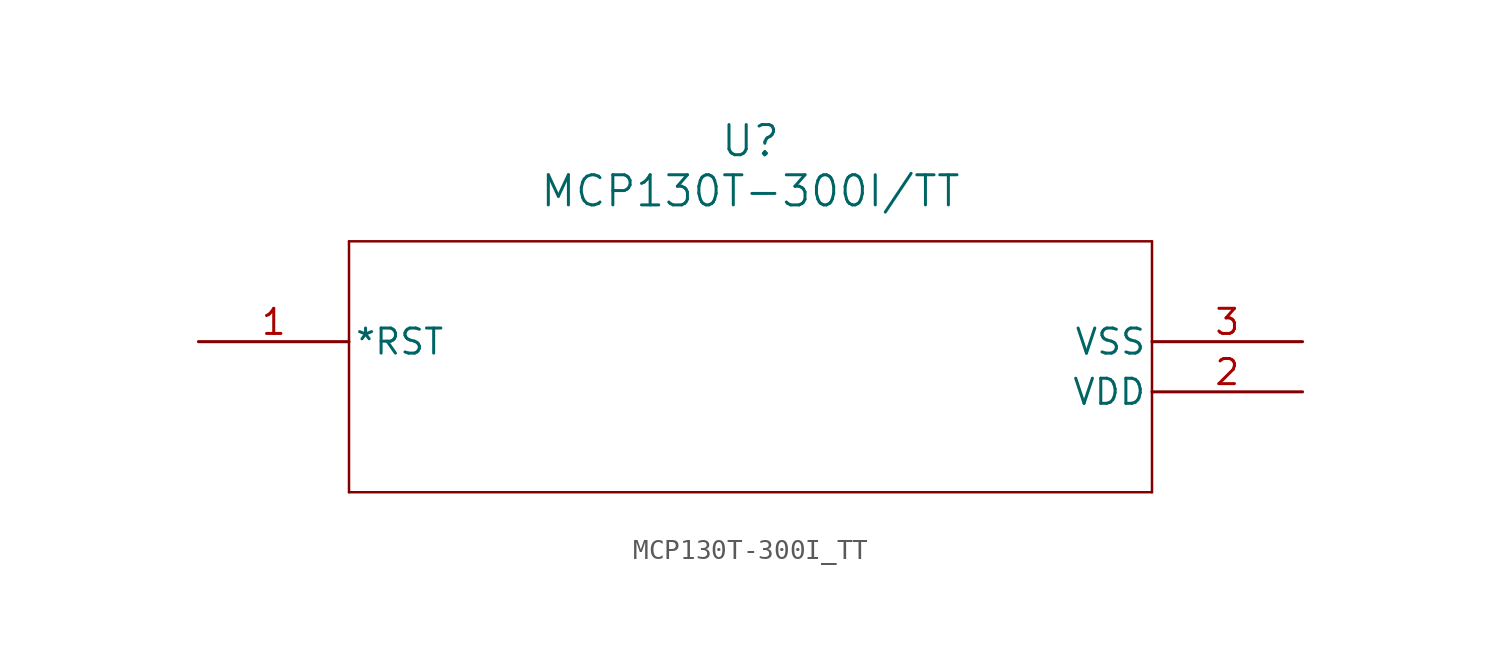
<source format=kicad_sym>
(kicad_symbol_lib
  (version 20211014)
  (generator kicad_symbol_editor)
  (symbol "MCP130T-300I_TT"
    (pin_names
      (offset 0.254))
    (property "Reference" "U"
      (at 27.94 10.16 0)
      (effects (font (size 1.524 1.524))))
    (property "Value" "MCP130T-300I/TT"
      (at 27.94 7.62 0)
      (effects (font (size 1.524 1.524))))
    (symbol "MCP130T-300I_TT_0_1"
      (polyline (pts (xy 7.62 5.08) (xy 7.62 -7.62)) (stroke (width 0.127) (type default) (color 0 0 0 0)) (fill (type none)))
      (polyline (pts (xy 7.62 -7.62) (xy 48.26 -7.62)) (stroke (width 0.127) (type default) (color 0 0 0 0)) (fill (type none)))
      (polyline (pts (xy 48.26 -7.62) (xy 48.26 5.08)) (stroke (width 0.127) (type default) (color 0 0 0 0)) (fill (type none)))
      (polyline (pts (xy 48.26 5.08) (xy 7.62 5.08)) (stroke (width 0.127) (type default) (color 0 0 0 0)) (fill (type none)))
      (pin unspecified line (at 0 0 0) (length 7.62) (name "*RST" (effects (font (size 1.27 1.27)))) (number "1" (effects (font (size 1.27 1.27)))))
      (pin unspecified line (at 55.88 -2.54 180) (length 7.62) (name "VDD" (effects (font (size 1.27 1.27)))) (number "2" (effects (font (size 1.27 1.27)))))
      (pin unspecified line (at 55.88 0 180) (length 7.62) (name "VSS" (effects (font (size 1.27 1.27)))) (number "3" (effects (font (size 1.27 1.27))))))))
</source>
